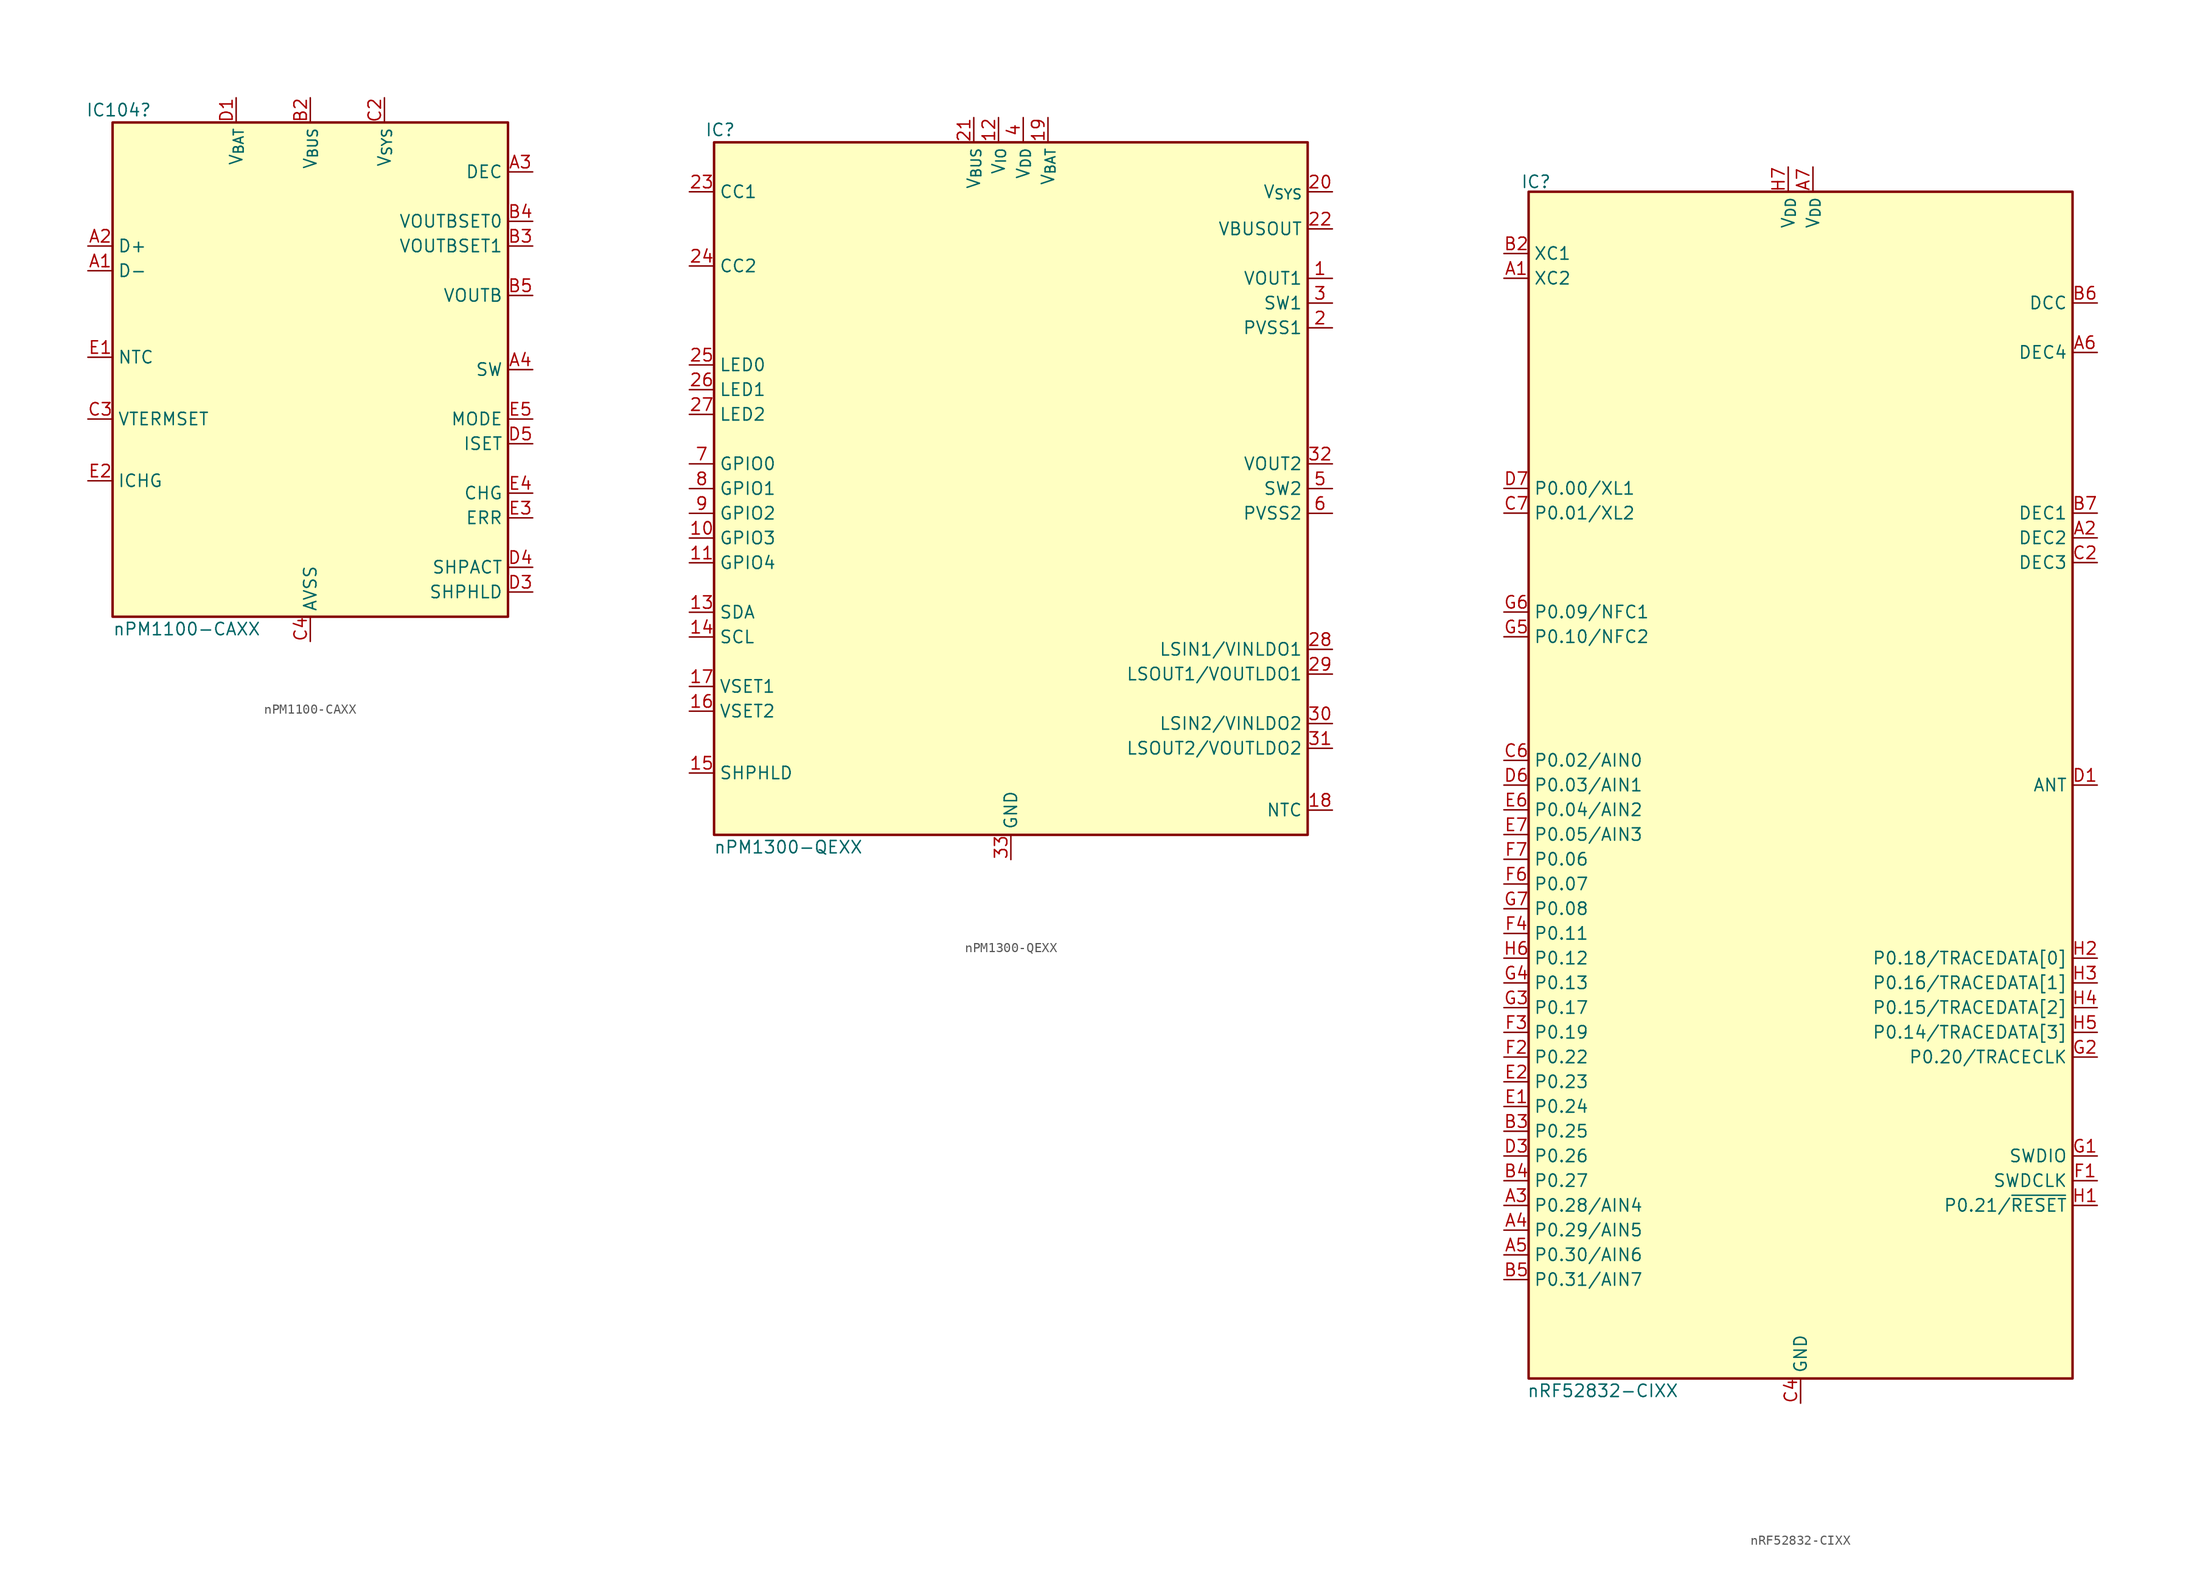
<source format=kicad_sym>
(kicad_symbol_lib
  (version 20231120)
  (generator "kicad_symbol_editor")
  (generator_version "8.0")
  (symbol "nPM1100-CAXX"
    (property "Reference" "IC104"
      (at -19.685 26.67 0)
      (effects (font (size 1.27 1.27))))
    (property "Value" "nPM1100-CAXX"
      (at -12.7 -26.67 0)
      (effects (font (size 1.27 1.27))))
    (symbol "nPM1100-CAXX_0_0"
      (pin bidirectional line (at 22.86 -22.86 180) (length 2.54) (name "SHPHLD" (effects (font (size 1.27 1.27)))) (number "D3" (effects (font (size 1.27 1.27)))))
      (pin bidirectional line (at 22.86 -20.32 180) (length 2.54) (name "SHPACT" (effects (font (size 1.27 1.27)))) (number "D4" (effects (font (size 1.27 1.27)))))
      (pin input line (at 22.86 -7.62 180) (length 2.54) (name "ISET" (effects (font (size 1.27 1.27)))) (number "D5" (effects (font (size 1.27 1.27)))))
      (pin output line (at 22.86 -15.24 180) (length 2.54) (name "ERR" (effects (font (size 1.27 1.27)))) (number "E3" (effects (font (size 1.27 1.27)))))
      (pin output line (at 22.86 -12.7 180) (length 2.54) (name "CHG" (effects (font (size 1.27 1.27)))) (number "E4" (effects (font (size 1.27 1.27)))))
      (pin input line (at 22.86 -5.08 180) (length 2.54) (name "MODE" (effects (font (size 1.27 1.27)))) (number "E5" (effects (font (size 1.27 1.27))))))
    (symbol "nPM1100-CAXX_1_0"
      (pin input line (at -22.86 10.16 0) (length 2.54) (name "D-" (effects (font (size 1.27 1.27)))) (number "A1" (effects (font (size 1.27 1.27)))))
      (pin input line (at -22.86 12.7 0) (length 2.54) (name "D+" (effects (font (size 1.27 1.27)))) (number "A2" (effects (font (size 1.27 1.27)))))
      (pin output line (at 22.86 20.32 180) (length 2.54) (name "DEC" (effects (font (size 1.27 1.27)))) (number "A3" (effects (font (size 1.27 1.27)))))
      (pin bidirectional line (at 22.86 0 180) (length 2.54) (name "SW" (effects (font (size 1.27 1.27)))) (number "A4" (effects (font (size 1.27 1.27)))))
      (pin passive line (at 0 -27.94 90) (length 2.54) hide (name "PVSS" (effects (font (size 1.27 1.27)))) (number "A5" (effects (font (size 1.27 1.27)))))
      (pin power_in line (at 0 27.94 270) (length 2.54) hide (name "V_{BUS}" (effects (font (size 1.27 1.27)))) (number "B1" (effects (font (size 1.27 1.27)))))
      (pin power_in line (at 0 27.94 270) (length 2.54) (name "V_{BUS}" (effects (font (size 1.27 1.27)))) (number "B2" (effects (font (size 1.27 1.27)))))
      (pin input line (at 22.86 12.7 180) (length 2.54) (name "VOUTBSET1" (effects (font (size 1.27 1.27)))) (number "B3" (effects (font (size 1.27 1.27)))))
      (pin input line (at 22.86 15.24 180) (length 2.54) (name "VOUTBSET0" (effects (font (size 1.27 1.27)))) (number "B4" (effects (font (size 1.27 1.27)))))
      (pin output line (at 22.86 7.62 180) (length 2.54) (name "VOUTB" (effects (font (size 1.27 1.27)))) (number "B5" (effects (font (size 1.27 1.27)))))
      (pin power_in line (at 7.62 27.94 270) (length 2.54) hide (name "V_{SYS}" (effects (font (size 1.27 1.27)))) (number "C1" (effects (font (size 1.27 1.27)))))
      (pin power_in line (at 7.62 27.94 270) (length 2.54) (name "V_{SYS}" (effects (font (size 1.27 1.27)))) (number "C2" (effects (font (size 1.27 1.27)))))
      (pin input line (at -22.86 -5.08 0) (length 2.54) (name "VTERMSET" (effects (font (size 1.27 1.27)))) (number "C3" (effects (font (size 1.27 1.27)))))
      (pin passive line (at 0 -27.94 90) (length 2.54) (name "AVSS" (effects (font (size 1.27 1.27)))) (number "C4" (effects (font (size 1.27 1.27)))))
      (pin passive line (at 0 -27.94 90) (length 2.54) hide (name "AVSS" (effects (font (size 1.27 1.27)))) (number "C5" (effects (font (size 1.27 1.27)))))
      (pin power_in line (at -7.62 27.94 270) (length 2.54) (name "V_{BAT}" (effects (font (size 1.27 1.27)))) (number "D1" (effects (font (size 1.27 1.27)))))
      (pin power_in line (at -7.62 27.94 270) (length 2.54) hide (name "V_{BAT}" (effects (font (size 1.27 1.27)))) (number "D2" (effects (font (size 1.27 1.27)))))
      (pin input line (at -22.86 1.27 0) (length 2.54) (name "NTC" (effects (font (size 1.27 1.27)))) (number "E1" (effects (font (size 1.27 1.27)))))
      (pin input line (at -22.86 -11.43 0) (length 2.54) (name "ICHG" (effects (font (size 1.27 1.27)))) (number "E2" (effects (font (size 1.27 1.27))))))
    (symbol "nPM1100-CAXX_1_1"
      (rectangle (start -20.32 25.4) (end 20.32 -25.4) (stroke (width 0.254) (type default)) (fill (type background)))))
  (symbol "nPM1300-QEXX"
    (property "Reference" "IC"
      (at -29.845 36.83 0)
      (do_not_autoplace)
      (effects (font (size 1.27 1.27))))
    (property "Value" "nPM1300-QEXX"
      (at -22.86 -36.83 0)
      (do_not_autoplace)
      (effects (font (size 1.27 1.27))))
    (symbol "nPM1300-QEXX_1_0"
      (pin power_out line (at 33.02 21.59 180) (length 2.54) (name "VOUT1" (effects (font (size 1.27 1.27)))) (number "1" (effects (font (size 1.27 1.27)))))
      (pin bidirectional line (at -33.02 -5.08 0) (length 2.54) (name "GPIO3" (effects (font (size 1.27 1.27)))) (number "10" (effects (font (size 1.27 1.27)))))
      (pin bidirectional line (at -33.02 -7.62 0) (length 2.54) (name "GPIO4" (effects (font (size 1.27 1.27)))) (number "11" (effects (font (size 1.27 1.27)))))
      (pin power_in line (at -1.27 38.1 270) (length 2.54) (name "V_{IO}" (effects (font (size 1.27 1.27)))) (number "12" (effects (font (size 1.27 1.27)))))
      (pin bidirectional line (at -33.02 -12.7 0) (length 2.54) (name "SDA" (effects (font (size 1.27 1.27)))) (number "13" (effects (font (size 1.27 1.27)))))
      (pin input line (at -33.02 -15.24 0) (length 2.54) (name "SCL" (effects (font (size 1.27 1.27)))) (number "14" (effects (font (size 1.27 1.27)))))
      (pin input line (at -33.02 -29.21 0) (length 2.54) (name "SHPHLD" (effects (font (size 1.27 1.27)))) (number "15" (effects (font (size 1.27 1.27)))))
      (pin input line (at -33.02 -22.86 0) (length 2.54) (name "VSET2" (effects (font (size 1.27 1.27)))) (number "16" (effects (font (size 1.27 1.27)))))
      (pin input line (at -33.02 -20.32 0) (length 2.54) (name "VSET1" (effects (font (size 1.27 1.27)))) (number "17" (effects (font (size 1.27 1.27)))))
      (pin input line (at 33.02 -33.02 180) (length 2.54) (name "NTC" (effects (font (size 1.27 1.27)))) (number "18" (effects (font (size 1.27 1.27)))))
      (pin power_out line (at 3.81 38.1 270) (length 2.54) (name "V_{BAT}" (effects (font (size 1.27 1.27)))) (number "19" (effects (font (size 1.27 1.27)))))
      (pin input line (at 33.02 16.51 180) (length 2.54) (name "PVSS1" (effects (font (size 1.27 1.27)))) (number "2" (effects (font (size 1.27 1.27)))))
      (pin power_out line (at 33.02 30.48 180) (length 2.54) (name "V_{SYS}" (effects (font (size 1.27 1.27)))) (number "20" (effects (font (size 1.27 1.27)))))
      (pin power_out line (at -3.81 38.1 270) (length 2.54) (name "V_{BUS}" (effects (font (size 1.27 1.27)))) (number "21" (effects (font (size 1.27 1.27)))))
      (pin power_out line (at 33.02 26.67 180) (length 2.54) (name "VBUSOUT" (effects (font (size 1.27 1.27)))) (number "22" (effects (font (size 1.27 1.27)))))
      (pin input line (at -33.02 30.48 0) (length 2.54) (name "CC1" (effects (font (size 1.27 1.27)))) (number "23" (effects (font (size 1.27 1.27)))))
      (pin input line (at -33.02 22.86 0) (length 2.54) (name "CC2" (effects (font (size 1.27 1.27)))) (number "24" (effects (font (size 1.27 1.27)))))
      (pin output line (at -33.02 12.7 0) (length 2.54) (name "LED0" (effects (font (size 1.27 1.27)))) (number "25" (effects (font (size 1.27 1.27)))))
      (pin output line (at -33.02 10.16 0) (length 2.54) (name "LED1" (effects (font (size 1.27 1.27)))) (number "26" (effects (font (size 1.27 1.27)))))
      (pin output line (at -33.02 7.62 0) (length 2.54) (name "LED2" (effects (font (size 1.27 1.27)))) (number "27" (effects (font (size 1.27 1.27)))))
      (pin bidirectional line (at 33.02 -16.51 180) (length 2.54) (name "LSIN1/VINLDO1" (effects (font (size 1.27 1.27)))) (number "28" (effects (font (size 1.27 1.27)))))
      (pin bidirectional line (at 33.02 -19.05 180) (length 2.54) (name "LSOUT1/VOUTLDO1" (effects (font (size 1.27 1.27)))) (number "29" (effects (font (size 1.27 1.27)))))
      (pin input line (at 33.02 19.05 180) (length 2.54) (name "SW1" (effects (font (size 1.27 1.27)))) (number "3" (effects (font (size 1.27 1.27)))))
      (pin bidirectional line (at 33.02 -24.13 180) (length 2.54) (name "LSIN2/VINLDO2" (effects (font (size 1.27 1.27)))) (number "30" (effects (font (size 1.27 1.27)))))
      (pin bidirectional line (at 33.02 -26.67 180) (length 2.54) (name "LSOUT2/VOUTLDO2" (effects (font (size 1.27 1.27)))) (number "31" (effects (font (size 1.27 1.27)))))
      (pin power_out line (at 33.02 2.54 180) (length 2.54) (name "VOUT2" (effects (font (size 1.27 1.27)))) (number "32" (effects (font (size 1.27 1.27)))))
      (pin passive line (at 0 -38.1 90) (length 2.54) (name "GND" (effects (font (size 1.27 1.27)))) (number "33" (effects (font (size 1.27 1.27)))))
      (pin power_in line (at 1.27 38.1 270) (length 2.54) (name "V_{DD}" (effects (font (size 1.27 1.27)))) (number "4" (effects (font (size 1.27 1.27)))))
      (pin input line (at 33.02 0 180) (length 2.54) (name "SW2" (effects (font (size 1.27 1.27)))) (number "5" (effects (font (size 1.27 1.27)))))
      (pin input line (at 33.02 -2.54 180) (length 2.54) (name "PVSS2" (effects (font (size 1.27 1.27)))) (number "6" (effects (font (size 1.27 1.27)))))
      (pin bidirectional line (at -33.02 2.54 0) (length 2.54) (name "GPIO0" (effects (font (size 1.27 1.27)))) (number "7" (effects (font (size 1.27 1.27)))))
      (pin bidirectional line (at -33.02 0 0) (length 2.54) (name "GPIO1" (effects (font (size 1.27 1.27)))) (number "8" (effects (font (size 1.27 1.27)))))
      (pin bidirectional line (at -33.02 -2.54 0) (length 2.54) (name "GPIO2" (effects (font (size 1.27 1.27)))) (number "9" (effects (font (size 1.27 1.27))))))
    (symbol "nPM1300-QEXX_1_1"
      (rectangle (start -30.48 35.56) (end 30.48 -35.56) (stroke (width 0.254) (type default)) (fill (type background)))))
  (symbol "nRF52832-CIXX"
    (property "Reference" "IC"
      (at -27.178 61.976 0)
      (effects (font (size 1.27 1.27))))
    (property "Value" "nRF52832-CIXX"
      (at -20.32 -62.23 0)
      (effects (font (size 1.27 1.27))))
    (symbol "nRF52832-CIXX_0_0"
      (pin unspecified line (at -30.48 52.07 0) (length 2.54) (name "XC2" (effects (font (size 1.27 1.27)))) (number "A1" (effects (font (size 1.27 1.27)))))
      (pin bidirectional line (at -30.48 -43.18 0) (length 2.54) (name "P0.28/AIN4" (effects (font (size 1.27 1.27)))) (number "A3" (effects (font (size 1.27 1.27)))))
      (pin bidirectional line (at -30.48 -45.72 0) (length 2.54) (name "P0.29/AIN5" (effects (font (size 1.27 1.27)))) (number "A4" (effects (font (size 1.27 1.27)))))
      (pin bidirectional line (at -30.48 -48.26 0) (length 2.54) (name "P0.30/AIN6" (effects (font (size 1.27 1.27)))) (number "A5" (effects (font (size 1.27 1.27)))))
      (pin unspecified line (at -30.48 54.61 0) (length 2.54) (name "XC1" (effects (font (size 1.27 1.27)))) (number "B2" (effects (font (size 1.27 1.27)))))
      (pin bidirectional line (at -30.48 -35.56 0) (length 2.54) (name "P0.25" (effects (font (size 1.27 1.27)))) (number "B3" (effects (font (size 1.27 1.27)))))
      (pin bidirectional line (at -30.48 -40.64 0) (length 2.54) (name "P0.27" (effects (font (size 1.27 1.27)))) (number "B4" (effects (font (size 1.27 1.27)))))
      (pin bidirectional line (at -30.48 -50.8 0) (length 2.54) (name "P0.31/AIN7" (effects (font (size 1.27 1.27)))) (number "B5" (effects (font (size 1.27 1.27)))))
      (pin power_in line (at 30.48 49.53 180) (length 2.54) (name "DCC" (effects (font (size 1.27 1.27)))) (number "B6" (effects (font (size 1.27 1.27)))))
      (pin bidirectional line (at -30.48 2.54 0) (length 2.54) (name "P0.02/AIN0" (effects (font (size 1.27 1.27)))) (number "C6" (effects (font (size 1.27 1.27)))))
      (pin bidirectional line (at -30.48 27.94 0) (length 2.54) (name "P0.01/XL2" (effects (font (size 1.27 1.27)))) (number "C7" (effects (font (size 1.27 1.27)))))
      (pin output line (at 30.48 0 180) (length 2.54) (name "ANT" (effects (font (size 1.27 1.27)))) (number "D1" (effects (font (size 1.27 1.27)))))
      (pin bidirectional line (at -30.48 -38.1 0) (length 2.54) (name "P0.26" (effects (font (size 1.27 1.27)))) (number "D3" (effects (font (size 1.27 1.27)))))
      (pin bidirectional line (at -30.48 0 0) (length 2.54) (name "P0.03/AIN1" (effects (font (size 1.27 1.27)))) (number "D6" (effects (font (size 1.27 1.27)))))
      (pin bidirectional line (at -30.48 30.48 0) (length 2.54) (name "P0.00/XL1" (effects (font (size 1.27 1.27)))) (number "D7" (effects (font (size 1.27 1.27)))))
      (pin bidirectional line (at -30.48 -33.02 0) (length 2.54) (name "P0.24" (effects (font (size 1.27 1.27)))) (number "E1" (effects (font (size 1.27 1.27)))))
      (pin bidirectional line (at -30.48 -30.48 0) (length 2.54) (name "P0.23" (effects (font (size 1.27 1.27)))) (number "E2" (effects (font (size 1.27 1.27)))))
      (pin bidirectional line (at -30.48 -2.54 0) (length 2.54) (name "P0.04/AIN2" (effects (font (size 1.27 1.27)))) (number "E6" (effects (font (size 1.27 1.27)))))
      (pin bidirectional line (at -30.48 -5.08 0) (length 2.54) (name "P0.05/AIN3" (effects (font (size 1.27 1.27)))) (number "E7" (effects (font (size 1.27 1.27)))))
      (pin bidirectional line (at -30.48 -27.94 0) (length 2.54) (name "P0.22" (effects (font (size 1.27 1.27)))) (number "F2" (effects (font (size 1.27 1.27)))))
      (pin bidirectional line (at -30.48 -25.4 0) (length 2.54) (name "P0.19" (effects (font (size 1.27 1.27)))) (number "F3" (effects (font (size 1.27 1.27)))))
      (pin bidirectional line (at -30.48 -15.24 0) (length 2.54) (name "P0.11" (effects (font (size 1.27 1.27)))) (number "F4" (effects (font (size 1.27 1.27)))))
      (pin bidirectional line (at -30.48 -10.16 0) (length 2.54) (name "P0.07" (effects (font (size 1.27 1.27)))) (number "F6" (effects (font (size 1.27 1.27)))))
      (pin bidirectional line (at -30.48 -7.62 0) (length 2.54) (name "P0.06" (effects (font (size 1.27 1.27)))) (number "F7" (effects (font (size 1.27 1.27)))))
      (pin unspecified line (at 30.48 -27.94 180) (length 2.54) (name "P0.20/TRACECLK" (effects (font (size 1.27 1.27)))) (number "G2" (effects (font (size 1.27 1.27)))))
      (pin bidirectional line (at -30.48 -22.86 0) (length 2.54) (name "P0.17" (effects (font (size 1.27 1.27)))) (number "G3" (effects (font (size 1.27 1.27)))))
      (pin bidirectional line (at -30.48 -20.32 0) (length 2.54) (name "P0.13" (effects (font (size 1.27 1.27)))) (number "G4" (effects (font (size 1.27 1.27)))))
      (pin bidirectional line (at -30.48 -12.7 0) (length 2.54) (name "P0.08" (effects (font (size 1.27 1.27)))) (number "G7" (effects (font (size 1.27 1.27)))))
      (pin unspecified line (at 30.48 -17.78 180) (length 2.54) (name "P0.18/TRACEDATA[0]" (effects (font (size 1.27 1.27)))) (number "H2" (effects (font (size 1.27 1.27)))))
      (pin unspecified line (at 30.48 -20.32 180) (length 2.54) (name "P0.16/TRACEDATA[1]" (effects (font (size 1.27 1.27)))) (number "H3" (effects (font (size 1.27 1.27)))))
      (pin unspecified line (at 30.48 -22.86 180) (length 2.54) (name "P0.15/TRACEDATA[2]" (effects (font (size 1.27 1.27)))) (number "H4" (effects (font (size 1.27 1.27)))))
      (pin unspecified line (at 30.48 -25.4 180) (length 2.54) (name "P0.14/TRACEDATA[3]" (effects (font (size 1.27 1.27)))) (number "H5" (effects (font (size 1.27 1.27)))))
      (pin bidirectional line (at -30.48 -17.78 0) (length 2.54) (name "P0.12" (effects (font (size 1.27 1.27)))) (number "H6" (effects (font (size 1.27 1.27))))))
    (symbol "nRF52832-CIXX_1_0"
      (pin output line (at 30.48 25.4 180) (length 2.54) (name "DEC2" (effects (font (size 1.27 1.27)))) (number "A2" (effects (font (size 1.27 1.27)))))
      (pin output line (at 30.48 44.45 180) (length 2.54) (name "DEC4" (effects (font (size 1.27 1.27)))) (number "A6" (effects (font (size 1.27 1.27)))))
      (pin power_in line (at 1.27 63.5 270) (length 2.54) (name "V_{DD}" (effects (font (size 1.27 1.27)))) (number "A7" (effects (font (size 1.27 1.27)))))
      (pin output line (at 30.48 27.94 180) (length 2.54) (name "DEC1" (effects (font (size 1.27 1.27)))) (number "B7" (effects (font (size 1.27 1.27)))))
      (pin output line (at 30.48 22.86 180) (length 2.54) (name "DEC3" (effects (font (size 1.27 1.27)))) (number "C2" (effects (font (size 1.27 1.27)))))
      (pin passive line (at 0 -63.5 90) (length 2.54) (name "GND" (effects (font (size 1.27 1.27)))) (number "C4" (effects (font (size 1.27 1.27)))))
      (pin passive line (at 0 -63.5 90) (length 2.54) hide (name "GND" (effects (font (size 1.27 1.27)))) (number "C5" (effects (font (size 1.27 1.27)))))
      (pin passive line (at 0 -63.5 90) (length 2.54) hide (name "GND" (effects (font (size 1.27 1.27)))) (number "D2" (effects (font (size 1.27 1.27)))))
      (pin passive line (at 0 -63.5 90) (length 2.54) hide (name "GND" (effects (font (size 1.27 1.27)))) (number "E3" (effects (font (size 1.27 1.27)))))
      (pin input line (at 30.48 -40.64 180) (length 2.54) (name "SWDCLK" (effects (font (size 1.27 1.27)))) (number "F1" (effects (font (size 1.27 1.27)))))
      (pin passive line (at 0 -63.5 90) (length 2.54) hide (name "GND" (effects (font (size 1.27 1.27)))) (number "F5" (effects (font (size 1.27 1.27)))))
      (pin bidirectional line (at 30.48 -38.1 180) (length 2.54) (name "SWDIO" (effects (font (size 1.27 1.27)))) (number "G1" (effects (font (size 1.27 1.27)))))
      (pin bidirectional line (at -30.48 15.24 0) (length 2.54) (name "P0.10/NFC2" (effects (font (size 1.27 1.27)))) (number "G5" (effects (font (size 1.27 1.27)))))
      (pin bidirectional line (at -30.48 17.78 0) (length 2.54) (name "P0.09/NFC1" (effects (font (size 1.27 1.27)))) (number "G6" (effects (font (size 1.27 1.27)))))
      (pin unspecified line (at 30.48 -43.18 180) (length 2.54) (name "P0.21/~{RESET}" (effects (font (size 1.27 1.27)))) (number "H1" (effects (font (size 1.27 1.27)))))
      (pin power_in line (at -1.27 63.5 270) (length 2.54) (name "V_{DD}" (effects (font (size 1.27 1.27)))) (number "H7" (effects (font (size 1.27 1.27))))))
    (symbol "nRF52832-CIXX_1_1"
      (rectangle (start -27.94 60.96) (end 27.94 -60.96) (stroke (width 0.254) (type default)) (fill (type background))))))
</source>
